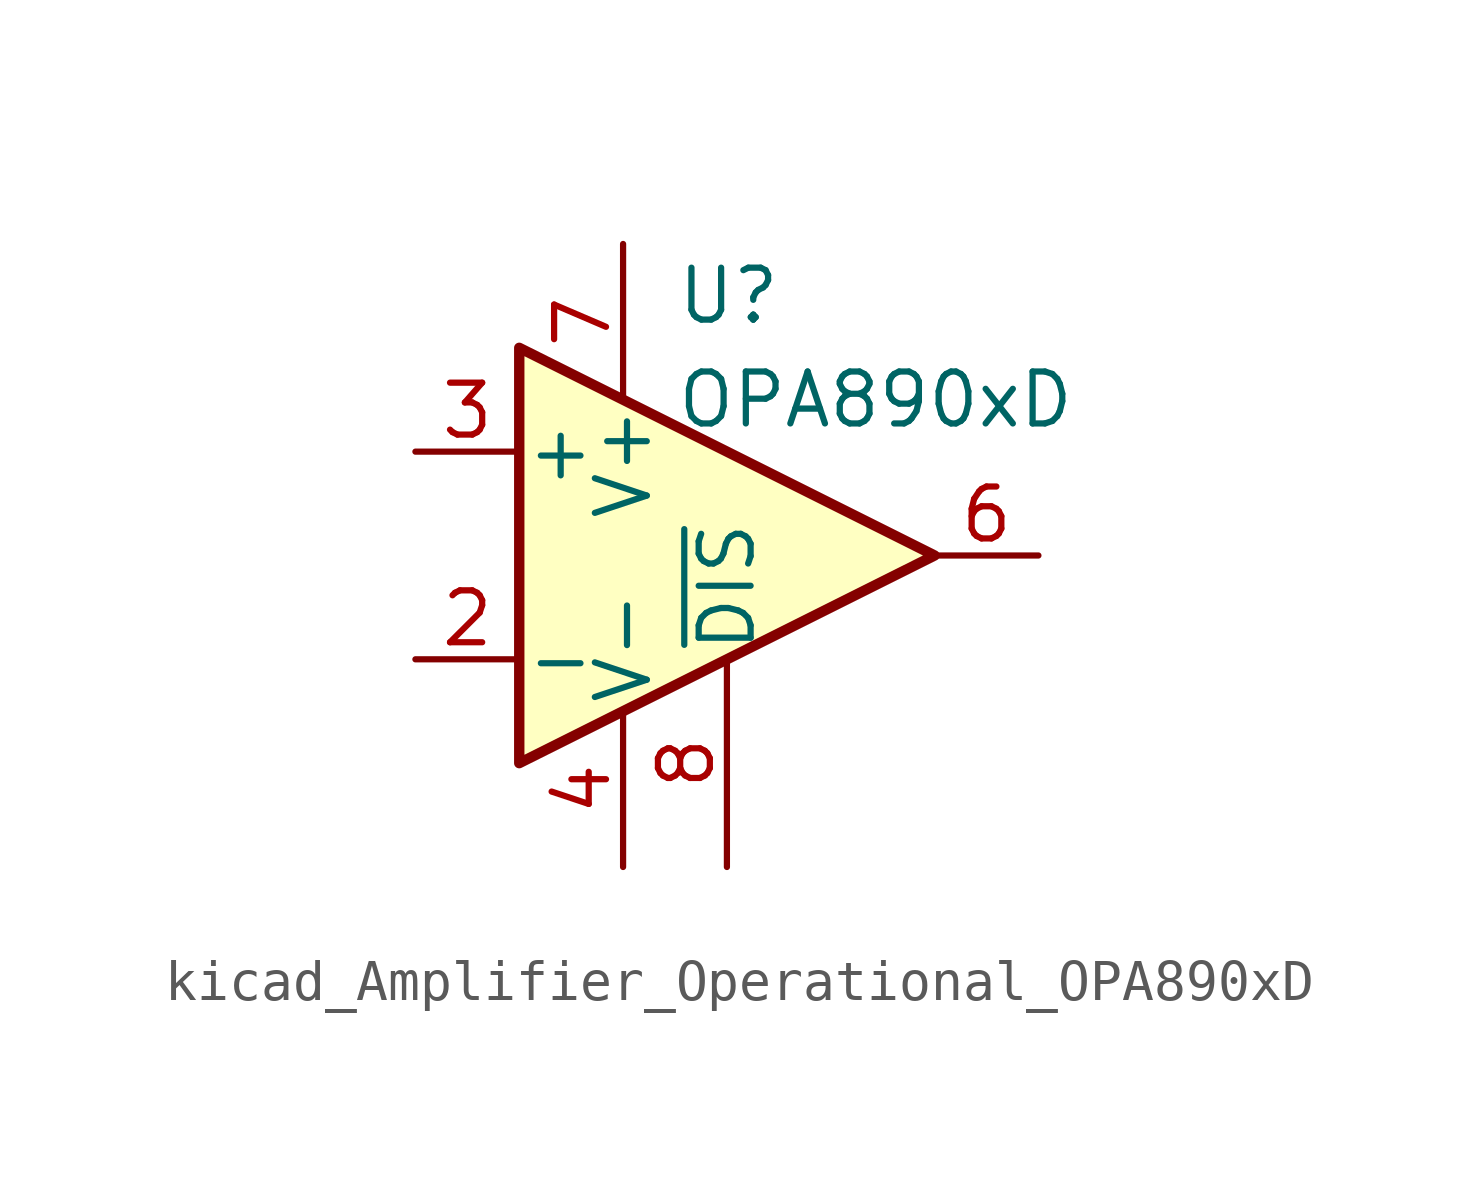
<source format=kicad_sym>
(kicad_symbol_lib
  (version 20220914)
  (generator kicad_symbol_editor)
  (symbol "kicad_Amplifier_Operational_OPA890xD"
    (pin_names
      (offset 0.127))
    (property "Reference" "U"
      (at -1.27 6.35 0)
      (effects (font (size 1.27 1.27)) (justify left)))
    (property "Value" "OPA890xD"
      (at -1.27 3.81 0)
      (effects (font (size 1.27 1.27)) (justify left)))
    (symbol "kicad_Amplifier_Operational_OPA890xD_0_1"
      (polyline (pts (xy -5.08 5.08) (xy 5.08 0) (xy -5.08 -5.08) (xy -5.08 5.08)) (stroke (width 0.254) (type default)) (fill (type background)))
      (pin power_in line (at -2.54 -7.62 90) (length 3.81) (name "V-" (effects (font (size 1.27 1.27)))) (number "4" (effects (font (size 1.27 1.27)))))
      (pin power_in line (at -2.54 7.62 270) (length 3.81) (name "V+" (effects (font (size 1.27 1.27)))) (number "7" (effects (font (size 1.27 1.27))))))
    (symbol "kicad_Amplifier_Operational_OPA890xD_1_1"
      (pin no_connect line (at -5.08 5.08 270) (length 2.54) hide (name "NC" (effects (font (size 1.27 1.27)))) (number "1" (effects (font (size 1.27 1.27)))))
      (pin input line (at -7.62 -2.54 0) (length 2.54) (name "-" (effects (font (size 1.27 1.27)))) (number "2" (effects (font (size 1.27 1.27)))))
      (pin input line (at -7.62 2.54 0) (length 2.54) (name "+" (effects (font (size 1.27 1.27)))) (number "3" (effects (font (size 1.27 1.27)))))
      (pin no_connect line (at -5.08 -5.08 90) (length 3.81) hide (name "NC" (effects (font (size 1.27 1.27)))) (number "5" (effects (font (size 1.27 1.27)))))
      (pin output line (at 7.62 0 180) (length 2.54) (name "~" (effects (font (size 1.27 1.27)))) (number "6" (effects (font (size 1.27 1.27)))))
      (pin input line (at 0 -7.62 90) (length 5.08) (name "~{DIS}" (effects (font (size 1.27 1.27)))) (number "8" (effects (font (size 1.27 1.27))))))))
</source>
